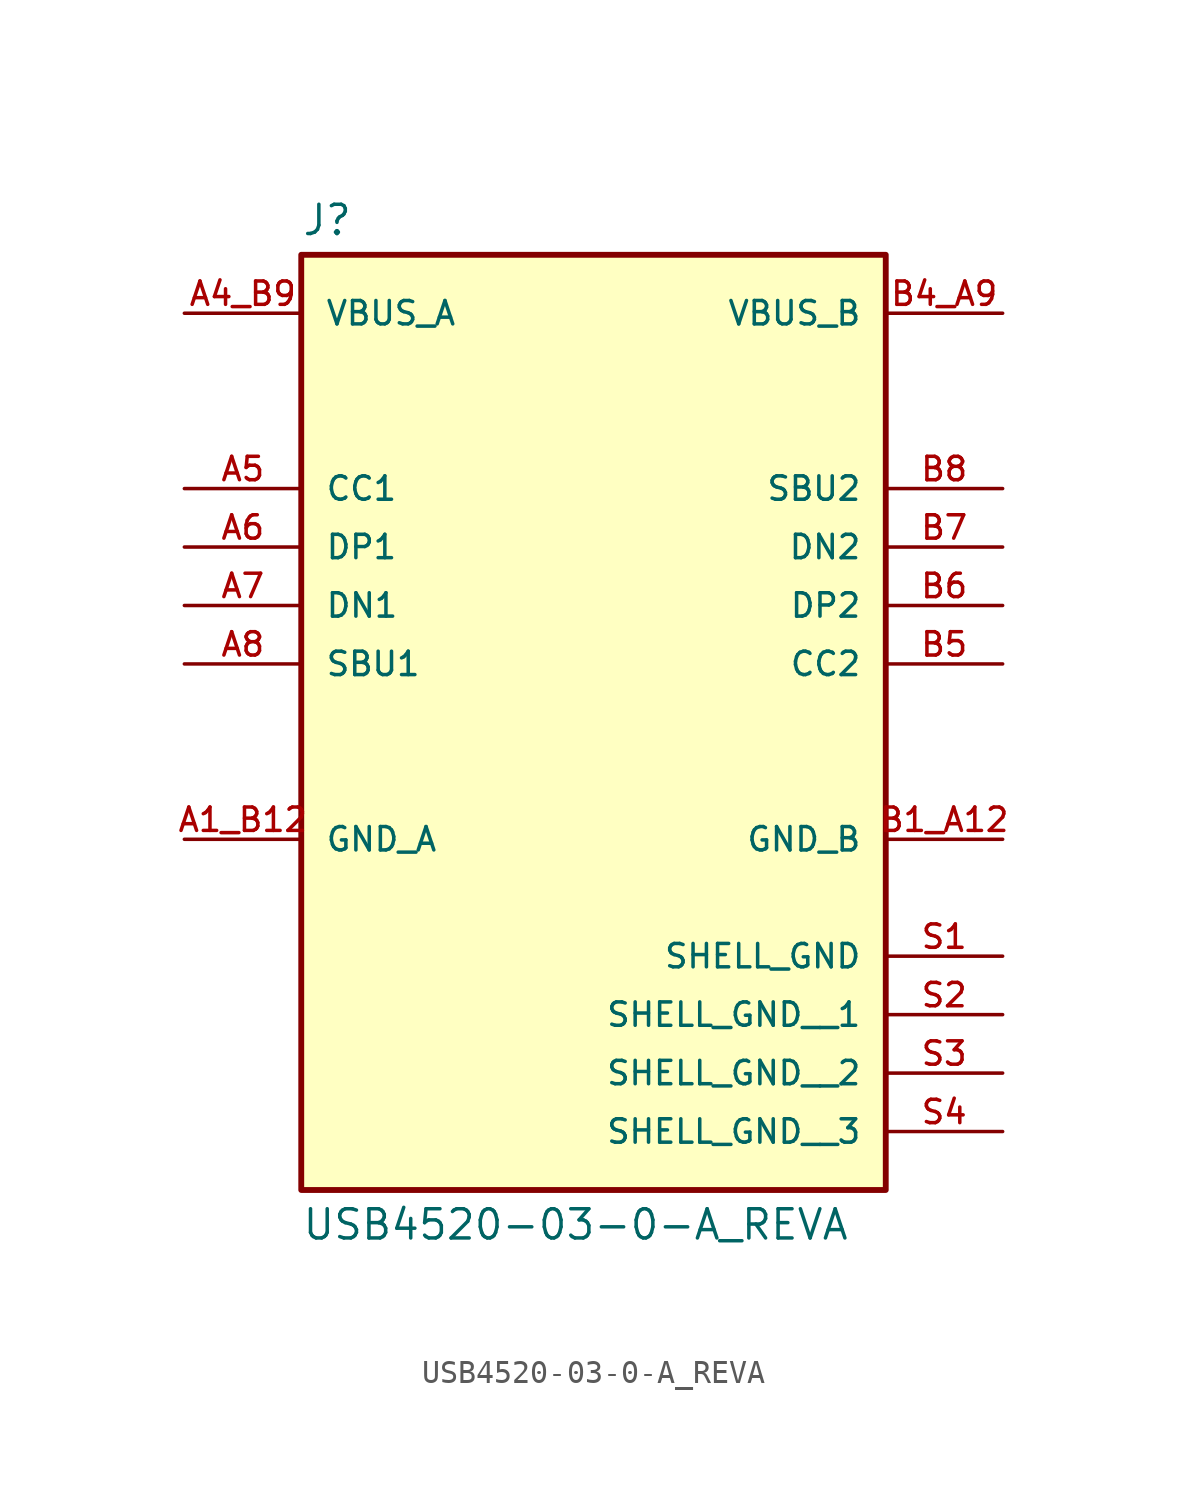
<source format=kicad_sym>
(kicad_symbol_lib
  (version 20211014)
  (generator kicad_symbol_editor)
  (symbol "USB4520-03-0-A_REVA"
    (pin_names
      (offset 1.016))
    (property "Reference" "J"
      (at -12.7 16.002 0)
      (effects (font (size 1.27 1.27)) (justify bottom left)))
    (property "Value" "USB4520-03-0-A_REVA"
      (at -12.7 -26.162 0.0)
      (effects (font (size 1.27 1.27)) (justify top left)))
    (symbol "USB4520-03-0-A_REVA_0_0"
      (rectangle (start -12.7 -25.4) (end 12.7 15.24) (stroke (width 0.254)) (fill (type background)))
      (pin power_in line (at -17.78 -10.16 0) (length 5.08) (name "GND_A" (effects (font (size 1.016 1.016)))) (number "A1_B12" (effects (font (size 1.016 1.016)))))
      (pin power_in line (at -17.78 12.7 0) (length 5.08) (name "VBUS_A" (effects (font (size 1.016 1.016)))) (number "A4_B9" (effects (font (size 1.016 1.016)))))
      (pin bidirectional line (at -17.78 2.54 0) (length 5.08) (name "DP1" (effects (font (size 1.016 1.016)))) (number "A6" (effects (font (size 1.016 1.016)))))
      (pin bidirectional line (at -17.78 5.08 0) (length 5.08) (name "CC1" (effects (font (size 1.016 1.016)))) (number "A5" (effects (font (size 1.016 1.016)))))
      (pin bidirectional line (at -17.78 -2.54 0) (length 5.08) (name "SBU1" (effects (font (size 1.016 1.016)))) (number "A8" (effects (font (size 1.016 1.016)))))
      (pin bidirectional line (at -17.78 0.0 0) (length 5.08) (name "DN1" (effects (font (size 1.016 1.016)))) (number "A7" (effects (font (size 1.016 1.016)))))
      (pin power_in line (at 17.78 -15.24 180.0) (length 5.08) (name "SHELL_GND" (effects (font (size 1.016 1.016)))) (number "S1" (effects (font (size 1.016 1.016)))))
      (pin power_in line (at 17.78 -10.16 180.0) (length 5.08) (name "GND_B" (effects (font (size 1.016 1.016)))) (number "B1_A12" (effects (font (size 1.016 1.016)))))
      (pin power_in line (at 17.78 12.7 180.0) (length 5.08) (name "VBUS_B" (effects (font (size 1.016 1.016)))) (number "B4_A9" (effects (font (size 1.016 1.016)))))
      (pin bidirectional line (at 17.78 0.0 180.0) (length 5.08) (name "DP2" (effects (font (size 1.016 1.016)))) (number "B6" (effects (font (size 1.016 1.016)))))
      (pin bidirectional line (at 17.78 -2.54 180.0) (length 5.08) (name "CC2" (effects (font (size 1.016 1.016)))) (number "B5" (effects (font (size 1.016 1.016)))))
      (pin bidirectional line (at 17.78 5.08 180.0) (length 5.08) (name "SBU2" (effects (font (size 1.016 1.016)))) (number "B8" (effects (font (size 1.016 1.016)))))
      (pin bidirectional line (at 17.78 2.54 180.0) (length 5.08) (name "DN2" (effects (font (size 1.016 1.016)))) (number "B7" (effects (font (size 1.016 1.016)))))
      (pin power_in line (at 17.78 -17.78 180.0) (length 5.08) (name "SHELL_GND__1" (effects (font (size 1.016 1.016)))) (number "S2" (effects (font (size 1.016 1.016)))))
      (pin power_in line (at 17.78 -20.32 180.0) (length 5.08) (name "SHELL_GND__2" (effects (font (size 1.016 1.016)))) (number "S3" (effects (font (size 1.016 1.016)))))
      (pin power_in line (at 17.78 -22.86 180.0) (length 5.08) (name "SHELL_GND__3" (effects (font (size 1.016 1.016)))) (number "S4" (effects (font (size 1.016 1.016))))))))
</source>
